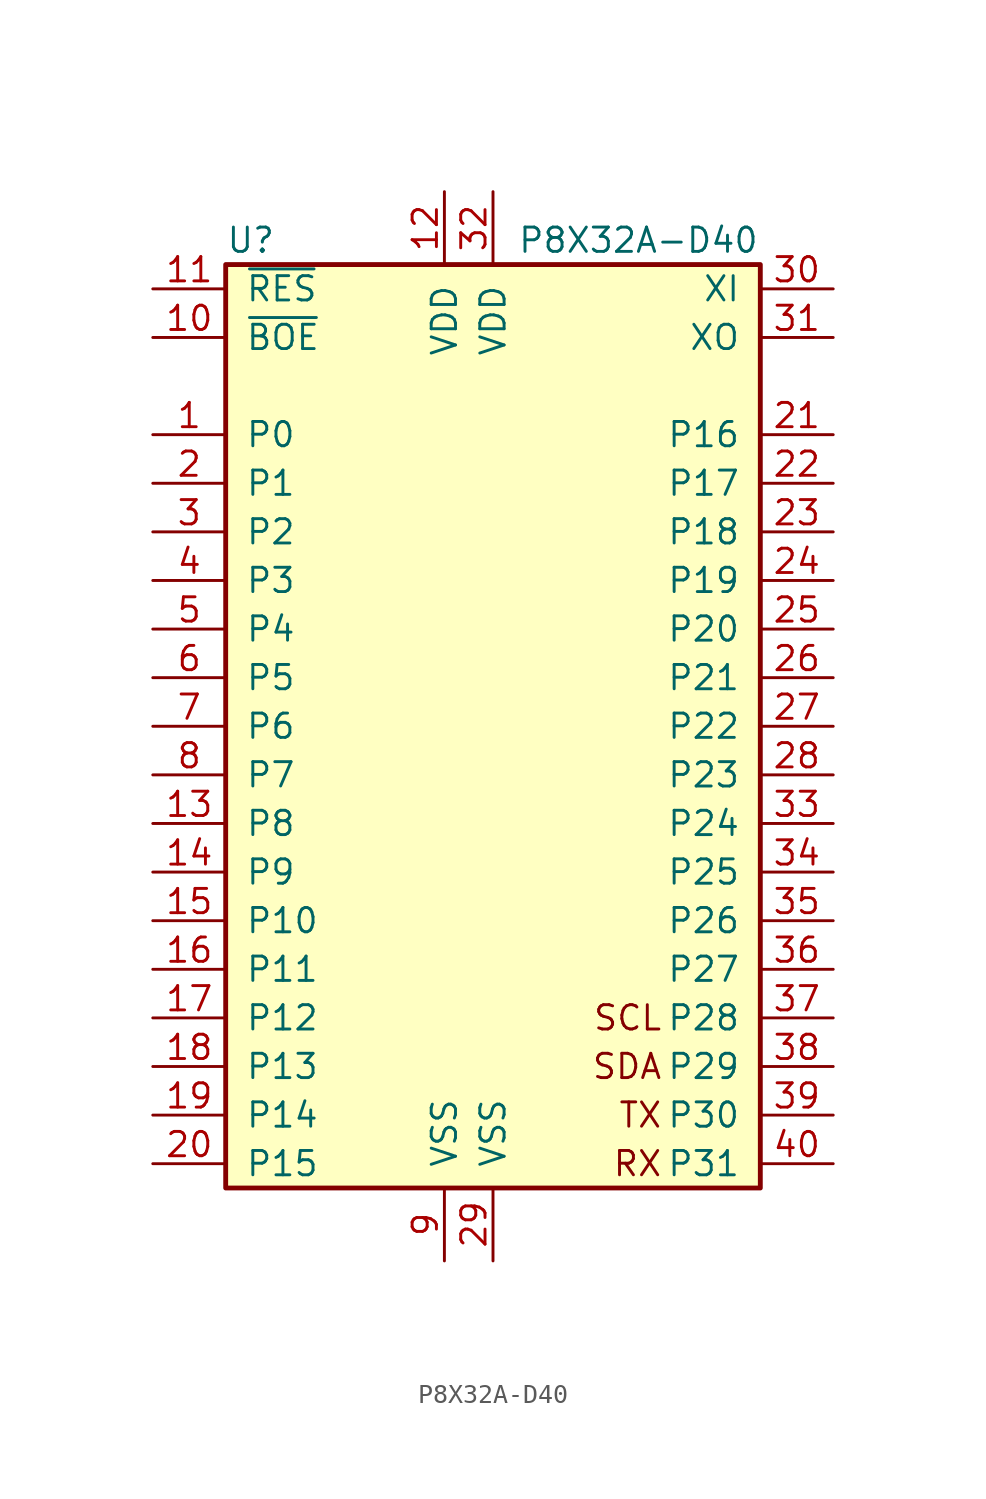
<source format=kicad_sym>
(kicad_symbol_lib
  (version 20201005)
  (generator kicad_symbol_editor)
  (symbol "P8X32A-D40"
    (pin_names
      (offset 1.016))
    (property "Reference" "U"
      (at -13.97 25.4 0)
      (effects (font (size 1.27 1.27)) (justify left)))
    (property "Value" "P8X32A-D40"
      (at 1.27 25.4 0)
      (effects (font (size 1.27 1.27)) (justify left)))
    (symbol "P8X32A-D40_0_1"
      (text "RX" (at 8.89 -22.86 0) (effects (font (size 1.27 1.27)) (justify right)))
      (text "SCL" (at 8.89 -15.24 0) (effects (font (size 1.27 1.27)) (justify right)))
      (text "SDA" (at 8.89 -17.78 0) (effects (font (size 1.27 1.27)) (justify right)))
      (text "TX" (at 8.89 -20.32 0) (effects (font (size 1.27 1.27)) (justify right)))
      (rectangle (start -13.97 24.13) (end 13.97 -24.13) (stroke (width 0.254)) (fill (type background)))
      (pin bidirectional line (at -17.78 15.24 0) (length 3.81) (name "P0" (effects (font (size 1.27 1.27)))) (number "1" (effects (font (size 1.27 1.27)))))
      (pin input line (at -17.78 20.32 0) (length 3.81) (name "~BOE" (effects (font (size 1.27 1.27)))) (number "10" (effects (font (size 1.27 1.27)))))
      (pin bidirectional line (at -17.78 22.86 0) (length 3.81) (name "~RES" (effects (font (size 1.27 1.27)))) (number "11" (effects (font (size 1.27 1.27)))))
      (pin power_in line (at -2.54 27.94 270) (length 3.81) (name "VDD" (effects (font (size 1.27 1.27)))) (number "12" (effects (font (size 1.27 1.27)))))
      (pin bidirectional line (at -17.78 -5.08 0) (length 3.81) (name "P8" (effects (font (size 1.27 1.27)))) (number "13" (effects (font (size 1.27 1.27)))))
      (pin bidirectional line (at -17.78 -7.62 0) (length 3.81) (name "P9" (effects (font (size 1.27 1.27)))) (number "14" (effects (font (size 1.27 1.27)))))
      (pin bidirectional line (at -17.78 -10.16 0) (length 3.81) (name "P10" (effects (font (size 1.27 1.27)))) (number "15" (effects (font (size 1.27 1.27)))))
      (pin bidirectional line (at -17.78 -12.7 0) (length 3.81) (name "P11" (effects (font (size 1.27 1.27)))) (number "16" (effects (font (size 1.27 1.27)))))
      (pin bidirectional line (at -17.78 -15.24 0) (length 3.81) (name "P12" (effects (font (size 1.27 1.27)))) (number "17" (effects (font (size 1.27 1.27)))))
      (pin bidirectional line (at -17.78 -17.78 0) (length 3.81) (name "P13" (effects (font (size 1.27 1.27)))) (number "18" (effects (font (size 1.27 1.27)))))
      (pin bidirectional line (at -17.78 -20.32 0) (length 3.81) (name "P14" (effects (font (size 1.27 1.27)))) (number "19" (effects (font (size 1.27 1.27)))))
      (pin bidirectional line (at -17.78 12.7 0) (length 3.81) (name "P1" (effects (font (size 1.27 1.27)))) (number "2" (effects (font (size 1.27 1.27)))))
      (pin bidirectional line (at -17.78 -22.86 0) (length 3.81) (name "P15" (effects (font (size 1.27 1.27)))) (number "20" (effects (font (size 1.27 1.27)))))
      (pin bidirectional line (at 17.78 15.24 180) (length 3.81) (name "P16" (effects (font (size 1.27 1.27)))) (number "21" (effects (font (size 1.27 1.27)))))
      (pin bidirectional line (at 17.78 12.7 180) (length 3.81) (name "P17" (effects (font (size 1.27 1.27)))) (number "22" (effects (font (size 1.27 1.27)))))
      (pin bidirectional line (at 17.78 10.16 180) (length 3.81) (name "P18" (effects (font (size 1.27 1.27)))) (number "23" (effects (font (size 1.27 1.27)))))
      (pin bidirectional line (at 17.78 7.62 180) (length 3.81) (name "P19" (effects (font (size 1.27 1.27)))) (number "24" (effects (font (size 1.27 1.27)))))
      (pin bidirectional line (at 17.78 5.08 180) (length 3.81) (name "P20" (effects (font (size 1.27 1.27)))) (number "25" (effects (font (size 1.27 1.27)))))
      (pin bidirectional line (at 17.78 2.54 180) (length 3.81) (name "P21" (effects (font (size 1.27 1.27)))) (number "26" (effects (font (size 1.27 1.27)))))
      (pin bidirectional line (at 17.78 0 180) (length 3.81) (name "P22" (effects (font (size 1.27 1.27)))) (number "27" (effects (font (size 1.27 1.27)))))
      (pin bidirectional line (at 17.78 -2.54 180) (length 3.81) (name "P23" (effects (font (size 1.27 1.27)))) (number "28" (effects (font (size 1.27 1.27)))))
      (pin power_in line (at 0 -27.94 90) (length 3.81) (name "VSS" (effects (font (size 1.27 1.27)))) (number "29" (effects (font (size 1.27 1.27)))))
      (pin bidirectional line (at -17.78 10.16 0) (length 3.81) (name "P2" (effects (font (size 1.27 1.27)))) (number "3" (effects (font (size 1.27 1.27)))))
      (pin input line (at 17.78 22.86 180) (length 3.81) (name "XI" (effects (font (size 1.27 1.27)))) (number "30" (effects (font (size 1.27 1.27)))))
      (pin output line (at 17.78 20.32 180) (length 3.81) (name "XO" (effects (font (size 1.27 1.27)))) (number "31" (effects (font (size 1.27 1.27)))))
      (pin power_in line (at 0 27.94 270) (length 3.81) (name "VDD" (effects (font (size 1.27 1.27)))) (number "32" (effects (font (size 1.27 1.27)))))
      (pin bidirectional line (at 17.78 -5.08 180) (length 3.81) (name "P24" (effects (font (size 1.27 1.27)))) (number "33" (effects (font (size 1.27 1.27)))))
      (pin bidirectional line (at 17.78 -7.62 180) (length 3.81) (name "P25" (effects (font (size 1.27 1.27)))) (number "34" (effects (font (size 1.27 1.27)))))
      (pin bidirectional line (at 17.78 -10.16 180) (length 3.81) (name "P26" (effects (font (size 1.27 1.27)))) (number "35" (effects (font (size 1.27 1.27)))))
      (pin bidirectional line (at 17.78 -12.7 180) (length 3.81) (name "P27" (effects (font (size 1.27 1.27)))) (number "36" (effects (font (size 1.27 1.27)))))
      (pin bidirectional line (at 17.78 -15.24 180) (length 3.81) (name "P28" (effects (font (size 1.27 1.27)))) (number "37" (effects (font (size 1.27 1.27)))))
      (pin bidirectional line (at 17.78 -17.78 180) (length 3.81) (name "P29" (effects (font (size 1.27 1.27)))) (number "38" (effects (font (size 1.27 1.27)))))
      (pin bidirectional line (at 17.78 -20.32 180) (length 3.81) (name "P30" (effects (font (size 1.27 1.27)))) (number "39" (effects (font (size 1.27 1.27)))))
      (pin bidirectional line (at -17.78 7.62 0) (length 3.81) (name "P3" (effects (font (size 1.27 1.27)))) (number "4" (effects (font (size 1.27 1.27)))))
      (pin bidirectional line (at 17.78 -22.86 180) (length 3.81) (name "P31" (effects (font (size 1.27 1.27)))) (number "40" (effects (font (size 1.27 1.27)))))
      (pin bidirectional line (at -17.78 5.08 0) (length 3.81) (name "P4" (effects (font (size 1.27 1.27)))) (number "5" (effects (font (size 1.27 1.27)))))
      (pin bidirectional line (at -17.78 2.54 0) (length 3.81) (name "P5" (effects (font (size 1.27 1.27)))) (number "6" (effects (font (size 1.27 1.27)))))
      (pin bidirectional line (at -17.78 0 0) (length 3.81) (name "P6" (effects (font (size 1.27 1.27)))) (number "7" (effects (font (size 1.27 1.27)))))
      (pin bidirectional line (at -17.78 -2.54 0) (length 3.81) (name "P7" (effects (font (size 1.27 1.27)))) (number "8" (effects (font (size 1.27 1.27)))))
      (pin power_in line (at -2.54 -27.94 90) (length 3.81) (name "VSS" (effects (font (size 1.27 1.27)))) (number "9" (effects (font (size 1.27 1.27))))))))
</source>
